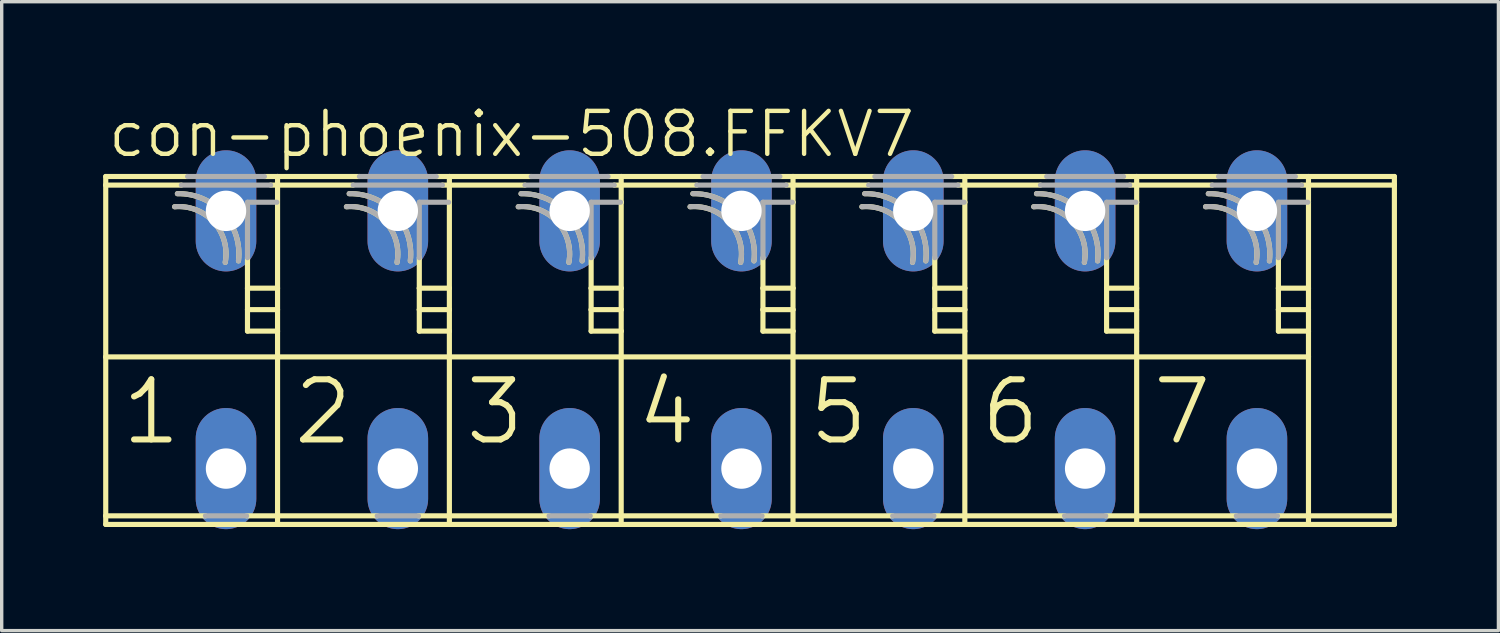
<source format=kicad_pcb>
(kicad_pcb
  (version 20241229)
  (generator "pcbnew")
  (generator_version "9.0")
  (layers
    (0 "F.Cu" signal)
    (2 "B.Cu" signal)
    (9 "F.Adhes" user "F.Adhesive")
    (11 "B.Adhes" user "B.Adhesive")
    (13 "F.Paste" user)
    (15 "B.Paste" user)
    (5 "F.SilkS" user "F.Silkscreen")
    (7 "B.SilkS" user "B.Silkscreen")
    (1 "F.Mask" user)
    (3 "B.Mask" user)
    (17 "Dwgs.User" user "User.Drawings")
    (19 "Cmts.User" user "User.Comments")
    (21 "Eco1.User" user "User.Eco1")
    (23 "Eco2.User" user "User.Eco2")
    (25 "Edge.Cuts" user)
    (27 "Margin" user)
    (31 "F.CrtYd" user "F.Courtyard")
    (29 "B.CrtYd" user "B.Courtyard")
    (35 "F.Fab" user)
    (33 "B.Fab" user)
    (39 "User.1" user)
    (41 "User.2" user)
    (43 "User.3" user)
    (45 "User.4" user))
  (footprint "con-phoenix-508.FFKV7"
    (layer "F.Cu")
    (at 18.872 6.994)
    (property "Reference" "con-phoenix-508.FFKV7" (at -18.796 -5.334 0) (layer "F.SilkS") (effects (font (size 1.27 1.27) (thickness 0.13)) (justify left bottom)))
    (attr through_hole)
    (fp_line (start -18.796 -4.572) (end -18.796 -4.826) (stroke (width 0.152) (type default)) (layer "F.SilkS"))
    (fp_line (start -18.796 -4.572) (end -16.56 -4.572) (stroke (width 0.152) (type default)) (layer "F.SilkS"))
    (fp_line (start -18.796 0.508) (end -18.796 -4.572) (stroke (width 0.152) (type default)) (layer "F.SilkS"))
    (fp_line (start -18.796 0.508) (end -13.716 0.508) (stroke (width 0.152) (type default)) (layer "F.SilkS"))
    (fp_line (start -18.796 5.207) (end -18.796 0.508) (stroke (width 0.152) (type default)) (layer "F.SilkS"))
    (fp_line (start -18.796 5.207) (end -15.849 5.207) (stroke (width 0.152) (type default)) (layer "F.SilkS"))
    (fp_line (start -18.796 5.461) (end -18.796 5.207) (stroke (width 0.152) (type default)) (layer "F.SilkS"))
    (fp_line (start -16.376 -4.826) (end -18.796 -4.826) (stroke (width 0.152) (type default)) (layer "F.SilkS"))
    (fp_line (start -14.631 5.207) (end -13.716 5.207) (stroke (width 0.152) (type default)) (layer "F.SilkS"))
    (fp_line (start -14.605 -1.524) (end -14.605 -2.425) (stroke (width 0.152) (type default)) (layer "F.SilkS"))
    (fp_line (start -14.605 -0.889) (end -14.605 -1.524) (stroke (width 0.152) (type default)) (layer "F.SilkS"))
    (fp_line (start -14.605 -0.254) (end -14.605 -0.889) (stroke (width 0.152) (type default)) (layer "F.SilkS"))
    (fp_line (start -13.92 -4.572) (end -13.716 -4.572) (stroke (width 0.152) (type default)) (layer "F.SilkS"))
    (fp_line (start -13.716 -4.826) (end -14.104 -4.826) (stroke (width 0.152) (type default)) (layer "F.SilkS"))
    (fp_line (start -13.716 -4.572) (end -13.716 -4.826) (stroke (width 0.152) (type default)) (layer "F.SilkS"))
    (fp_line (start -13.716 -4.572) (end -11.48 -4.572) (stroke (width 0.152) (type default)) (layer "F.SilkS"))
    (fp_line (start -13.716 -1.524) (end -14.605 -1.524) (stroke (width 0.152) (type default)) (layer "F.SilkS"))
    (fp_line (start -13.716 -0.889) (end -14.605 -0.889) (stroke (width 0.152) (type default)) (layer "F.SilkS"))
    (fp_line (start -13.716 -0.254) (end -14.605 -0.254) (stroke (width 0.152) (type default)) (layer "F.SilkS"))
    (fp_line (start -13.716 0.508) (end -13.716 -4.572) (stroke (width 0.152) (type default)) (layer "F.SilkS"))
    (fp_line (start -13.716 0.508) (end -8.636 0.508) (stroke (width 0.152) (type default)) (layer "F.SilkS"))
    (fp_line (start -13.716 5.207) (end -13.716 0.508) (stroke (width 0.152) (type default)) (layer "F.SilkS"))
    (fp_line (start -13.716 5.207) (end -10.769 5.207) (stroke (width 0.152) (type default)) (layer "F.SilkS"))
    (fp_line (start -13.716 5.461) (end -18.796 5.461) (stroke (width 0.152) (type default)) (layer "F.SilkS"))
    (fp_line (start -13.716 5.461) (end -13.716 5.207) (stroke (width 0.152) (type default)) (layer "F.SilkS"))
    (fp_line (start -11.296 -4.826) (end -13.716 -4.826) (stroke (width 0.152) (type default)) (layer "F.SilkS"))
    (fp_line (start -9.551 5.207) (end -8.636 5.207) (stroke (width 0.152) (type default)) (layer "F.SilkS"))
    (fp_line (start -9.525 -1.524) (end -9.525 -2.425) (stroke (width 0.152) (type default)) (layer "F.SilkS"))
    (fp_line (start -9.525 -0.889) (end -9.525 -1.524) (stroke (width 0.152) (type default)) (layer "F.SilkS"))
    (fp_line (start -9.525 -0.254) (end -9.525 -0.889) (stroke (width 0.152) (type default)) (layer "F.SilkS"))
    (fp_line (start -8.84 -4.572) (end -8.636 -4.572) (stroke (width 0.152) (type default)) (layer "F.SilkS"))
    (fp_line (start -8.636 -4.826) (end -9.024 -4.826) (stroke (width 0.152) (type default)) (layer "F.SilkS"))
    (fp_line (start -8.636 -4.572) (end -8.636 -4.826) (stroke (width 0.152) (type default)) (layer "F.SilkS"))
    (fp_line (start -8.636 -4.572) (end -6.4 -4.572) (stroke (width 0.152) (type default)) (layer "F.SilkS"))
    (fp_line (start -8.636 -1.524) (end -9.525 -1.524) (stroke (width 0.152) (type default)) (layer "F.SilkS"))
    (fp_line (start -8.636 -1.524) (end -8.636 -4.572) (stroke (width 0.152) (type default)) (layer "F.SilkS"))
    (fp_line (start -8.636 -0.889) (end -9.525 -0.889) (stroke (width 0.152) (type default)) (layer "F.SilkS"))
    (fp_line (start -8.636 -0.889) (end -8.636 -1.524) (stroke (width 0.152) (type default)) (layer "F.SilkS"))
    (fp_line (start -8.636 -0.254) (end -9.525 -0.254) (stroke (width 0.152) (type default)) (layer "F.SilkS"))
    (fp_line (start -8.636 -0.254) (end -8.636 -0.889) (stroke (width 0.152) (type default)) (layer "F.SilkS"))
    (fp_line (start -8.636 0.508) (end -8.636 -0.254) (stroke (width 0.152) (type default)) (layer "F.SilkS"))
    (fp_line (start -8.636 0.508) (end -3.556 0.508) (stroke (width 0.152) (type default)) (layer "F.SilkS"))
    (fp_line (start -8.636 5.207) (end -8.636 0.508) (stroke (width 0.152) (type default)) (layer "F.SilkS"))
    (fp_line (start -8.636 5.207) (end -5.689 5.207) (stroke (width 0.152) (type default)) (layer "F.SilkS"))
    (fp_line (start -8.636 5.461) (end -13.716 5.461) (stroke (width 0.152) (type default)) (layer "F.SilkS"))
    (fp_line (start -8.636 5.461) (end -8.636 5.207) (stroke (width 0.152) (type default)) (layer "F.SilkS"))
    (fp_line (start -6.216 -4.826) (end -8.636 -4.826) (stroke (width 0.152) (type default)) (layer "F.SilkS"))
    (fp_line (start -4.471 5.207) (end -3.556 5.207) (stroke (width 0.152) (type default)) (layer "F.SilkS"))
    (fp_line (start -4.445 -1.524) (end -4.445 -2.425) (stroke (width 0.152) (type default)) (layer "F.SilkS"))
    (fp_line (start -4.445 -0.889) (end -4.445 -1.524) (stroke (width 0.152) (type default)) (layer "F.SilkS"))
    (fp_line (start -4.445 -0.254) (end -4.445 -0.889) (stroke (width 0.152) (type default)) (layer "F.SilkS"))
    (fp_line (start -3.76 -4.572) (end -3.556 -4.572) (stroke (width 0.152) (type default)) (layer "F.SilkS"))
    (fp_line (start -3.577 -4.064) (end -3.556 -4.064) (stroke (width 0.152) (type default)) (layer "F.SilkS"))
    (fp_line (start -3.556 -4.826) (end -3.944 -4.826) (stroke (width 0.152) (type default)) (layer "F.SilkS"))
    (fp_line (start -3.556 -4.572) (end -3.556 -4.826) (stroke (width 0.152) (type default)) (layer "F.SilkS"))
    (fp_line (start -3.556 -4.572) (end -1.32 -4.572) (stroke (width 0.152) (type default)) (layer "F.SilkS"))
    (fp_line (start -3.556 -4.064) (end -3.556 -4.572) (stroke (width 0.152) (type default)) (layer "F.SilkS"))
    (fp_line (start -3.556 -1.524) (end -4.445 -1.524) (stroke (width 0.152) (type default)) (layer "F.SilkS"))
    (fp_line (start -3.556 -1.524) (end -3.556 -4.064) (stroke (width 0.152) (type default)) (layer "F.SilkS"))
    (fp_line (start -3.556 -0.889) (end -4.445 -0.889) (stroke (width 0.152) (type default)) (layer "F.SilkS"))
    (fp_line (start -3.556 -0.889) (end -3.556 -1.524) (stroke (width 0.152) (type default)) (layer "F.SilkS"))
    (fp_line (start -3.556 -0.254) (end -4.445 -0.254) (stroke (width 0.152) (type default)) (layer "F.SilkS"))
    (fp_line (start -3.556 -0.254) (end -3.556 -0.889) (stroke (width 0.152) (type default)) (layer "F.SilkS"))
    (fp_line (start -3.556 0.508) (end -3.556 -0.254) (stroke (width 0.152) (type default)) (layer "F.SilkS"))
    (fp_line (start -3.556 0.508) (end 1.524 0.508) (stroke (width 0.152) (type default)) (layer "F.SilkS"))
    (fp_line (start -3.556 5.207) (end -3.556 0.508) (stroke (width 0.152) (type default)) (layer "F.SilkS"))
    (fp_line (start -3.556 5.207) (end -0.609 5.207) (stroke (width 0.152) (type default)) (layer "F.SilkS"))
    (fp_line (start -3.556 5.461) (end -8.636 5.461) (stroke (width 0.152) (type default)) (layer "F.SilkS"))
    (fp_line (start -3.556 5.461) (end -3.556 5.207) (stroke (width 0.152) (type default)) (layer "F.SilkS"))
    (fp_line (start -1.136 -4.826) (end -3.556 -4.826) (stroke (width 0.152) (type default)) (layer "F.SilkS"))
    (fp_line (start 0.609 5.207) (end 1.524 5.207) (stroke (width 0.152) (type default)) (layer "F.SilkS"))
    (fp_line (start 0.635 -1.524) (end 0.635 -2.425) (stroke (width 0.152) (type default)) (layer "F.SilkS"))
    (fp_line (start 0.635 -0.889) (end 0.635 -1.524) (stroke (width 0.152) (type default)) (layer "F.SilkS"))
    (fp_line (start 0.635 -0.254) (end 0.635 -0.889) (stroke (width 0.152) (type default)) (layer "F.SilkS"))
    (fp_line (start 1.32 -4.572) (end 1.524 -4.572) (stroke (width 0.152) (type default)) (layer "F.SilkS"))
    (fp_line (start 1.503 -4.064) (end 1.524 -4.064) (stroke (width 0.152) (type default)) (layer "F.SilkS"))
    (fp_line (start 1.524 -4.826) (end 1.136 -4.826) (stroke (width 0.152) (type default)) (layer "F.SilkS"))
    (fp_line (start 1.524 -4.572) (end 1.524 -4.826) (stroke (width 0.152) (type default)) (layer "F.SilkS"))
    (fp_line (start 1.524 -4.572) (end 3.76 -4.572) (stroke (width 0.152) (type default)) (layer "F.SilkS"))
    (fp_line (start 1.524 -4.064) (end 1.524 -4.572) (stroke (width 0.152) (type default)) (layer "F.SilkS"))
    (fp_line (start 1.524 -1.524) (end 0.635 -1.524) (stroke (width 0.152) (type default)) (layer "F.SilkS"))
    (fp_line (start 1.524 -1.524) (end 1.524 -4.064) (stroke (width 0.152) (type default)) (layer "F.SilkS"))
    (fp_line (start 1.524 -0.889) (end 0.635 -0.889) (stroke (width 0.152) (type default)) (layer "F.SilkS"))
    (fp_line (start 1.524 -0.889) (end 1.524 -1.524) (stroke (width 0.152) (type default)) (layer "F.SilkS"))
    (fp_line (start 1.524 -0.254) (end 0.635 -0.254) (stroke (width 0.152) (type default)) (layer "F.SilkS"))
    (fp_line (start 1.524 -0.254) (end 1.524 -0.889) (stroke (width 0.152) (type default)) (layer "F.SilkS"))
    (fp_line (start 1.524 0.508) (end 1.524 -0.254) (stroke (width 0.152) (type default)) (layer "F.SilkS"))
    (fp_line (start 1.524 0.508) (end 6.604 0.508) (stroke (width 0.152) (type default)) (layer "F.SilkS"))
    (fp_line (start 1.524 5.207) (end 1.524 0.508) (stroke (width 0.152) (type default)) (layer "F.SilkS"))
    (fp_line (start 1.524 5.207) (end 4.471 5.207) (stroke (width 0.152) (type default)) (layer "F.SilkS"))
    (fp_line (start 1.524 5.461) (end -3.556 5.461) (stroke (width 0.152) (type default)) (layer "F.SilkS"))
    (fp_line (start 1.524 5.461) (end 1.524 5.207) (stroke (width 0.152) (type default)) (layer "F.SilkS"))
    (fp_line (start 3.944 -4.826) (end 1.524 -4.826) (stroke (width 0.152) (type default)) (layer "F.SilkS"))
    (fp_line (start 5.689 5.207) (end 6.604 5.207) (stroke (width 0.152) (type default)) (layer "F.SilkS"))
    (fp_line (start 5.715 -1.524) (end 5.715 -2.425) (stroke (width 0.152) (type default)) (layer "F.SilkS"))
    (fp_line (start 5.715 -0.889) (end 5.715 -1.524) (stroke (width 0.152) (type default)) (layer "F.SilkS"))
    (fp_line (start 5.715 -0.254) (end 5.715 -0.889) (stroke (width 0.152) (type default)) (layer "F.SilkS"))
    (fp_line (start 6.4 -4.572) (end 6.604 -4.572) (stroke (width 0.152) (type default)) (layer "F.SilkS"))
    (fp_line (start 6.583 -4.064) (end 6.604 -4.064) (stroke (width 0.152) (type default)) (layer "F.SilkS"))
    (fp_line (start 6.604 -4.826) (end 6.216 -4.826) (stroke (width 0.152) (type default)) (layer "F.SilkS"))
    (fp_line (start 6.604 -4.572) (end 6.604 -4.826) (stroke (width 0.152) (type default)) (layer "F.SilkS"))
    (fp_line (start 6.604 -4.572) (end 8.84 -4.572) (stroke (width 0.152) (type default)) (layer "F.SilkS"))
    (fp_line (start 6.604 -4.064) (end 6.604 -4.572) (stroke (width 0.152) (type default)) (layer "F.SilkS"))
    (fp_line (start 6.604 -1.524) (end 5.715 -1.524) (stroke (width 0.152) (type default)) (layer "F.SilkS"))
    (fp_line (start 6.604 -1.524) (end 6.604 -4.064) (stroke (width 0.152) (type default)) (layer "F.SilkS"))
    (fp_line (start 6.604 -0.889) (end 5.715 -0.889) (stroke (width 0.152) (type default)) (layer "F.SilkS"))
    (fp_line (start 6.604 -0.889) (end 6.604 -1.524) (stroke (width 0.152) (type default)) (layer "F.SilkS"))
    (fp_line (start 6.604 -0.254) (end 5.715 -0.254) (stroke (width 0.152) (type default)) (layer "F.SilkS"))
    (fp_line (start 6.604 -0.254) (end 6.604 -0.889) (stroke (width 0.152) (type default)) (layer "F.SilkS"))
    (fp_line (start 6.604 0.508) (end 6.604 -0.254) (stroke (width 0.152) (type default)) (layer "F.SilkS"))
    (fp_line (start 6.604 0.508) (end 11.684 0.508) (stroke (width 0.152) (type default)) (layer "F.SilkS"))
    (fp_line (start 6.604 5.207) (end 6.604 0.508) (stroke (width 0.152) (type default)) (layer "F.SilkS"))
    (fp_line (start 6.604 5.207) (end 9.551 5.207) (stroke (width 0.152) (type default)) (layer "F.SilkS"))
    (fp_line (start 6.604 5.461) (end 1.524 5.461) (stroke (width 0.152) (type default)) (layer "F.SilkS"))
    (fp_line (start 6.604 5.461) (end 6.604 5.207) (stroke (width 0.152) (type default)) (layer "F.SilkS"))
    (fp_line (start 9.024 -4.826) (end 6.604 -4.826) (stroke (width 0.152) (type default)) (layer "F.SilkS"))
    (fp_line (start 10.769 5.207) (end 11.684 5.207) (stroke (width 0.152) (type default)) (layer "F.SilkS"))
    (fp_line (start 10.795 -1.524) (end 10.795 -2.425) (stroke (width 0.152) (type default)) (layer "F.SilkS"))
    (fp_line (start 10.795 -0.889) (end 10.795 -1.524) (stroke (width 0.152) (type default)) (layer "F.SilkS"))
    (fp_line (start 10.795 -0.254) (end 10.795 -0.889) (stroke (width 0.152) (type default)) (layer "F.SilkS"))
    (fp_line (start 11.48 -4.572) (end 11.684 -4.572) (stroke (width 0.152) (type default)) (layer "F.SilkS"))
    (fp_line (start 11.663 -4.064) (end 11.684 -4.064) (stroke (width 0.152) (type default)) (layer "F.SilkS"))
    (fp_line (start 11.684 -4.826) (end 11.296 -4.826) (stroke (width 0.152) (type default)) (layer "F.SilkS"))
    (fp_line (start 11.684 -4.572) (end 11.684 -4.826) (stroke (width 0.152) (type default)) (layer "F.SilkS"))
    (fp_line (start 11.684 -4.572) (end 13.92 -4.572) (stroke (width 0.152) (type default)) (layer "F.SilkS"))
    (fp_line (start 11.684 -4.064) (end 11.684 -4.572) (stroke (width 0.152) (type default)) (layer "F.SilkS"))
    (fp_line (start 11.684 -1.524) (end 10.795 -1.524) (stroke (width 0.152) (type default)) (layer "F.SilkS"))
    (fp_line (start 11.684 -0.889) (end 10.795 -0.889) (stroke (width 0.152) (type default)) (layer "F.SilkS"))
    (fp_line (start 11.684 -0.254) (end 10.795 -0.254) (stroke (width 0.152) (type default)) (layer "F.SilkS"))
    (fp_line (start 11.684 0.508) (end 11.684 -4.064) (stroke (width 0.152) (type default)) (layer "F.SilkS"))
    (fp_line (start 11.684 0.508) (end 16.764 0.508) (stroke (width 0.152) (type default)) (layer "F.SilkS"))
    (fp_line (start 11.684 5.207) (end 11.684 0.508) (stroke (width 0.152) (type default)) (layer "F.SilkS"))
    (fp_line (start 11.684 5.207) (end 14.631 5.207) (stroke (width 0.152) (type default)) (layer "F.SilkS"))
    (fp_line (start 11.684 5.461) (end 6.604 5.461) (stroke (width 0.152) (type default)) (layer "F.SilkS"))
    (fp_line (start 11.684 5.461) (end 11.684 5.207) (stroke (width 0.152) (type default)) (layer "F.SilkS"))
    (fp_line (start 14.104 -4.826) (end 11.684 -4.826) (stroke (width 0.152) (type default)) (layer "F.SilkS"))
    (fp_line (start 15.875 -1.524) (end 15.875 -2.425) (stroke (width 0.152) (type default)) (layer "F.SilkS"))
    (fp_line (start 15.875 -0.889) (end 15.875 -1.524) (stroke (width 0.152) (type default)) (layer "F.SilkS"))
    (fp_line (start 15.875 -0.254) (end 15.875 -0.889) (stroke (width 0.152) (type default)) (layer "F.SilkS"))
    (fp_line (start 16.743 -4.064) (end 16.764 -4.064) (stroke (width 0.152) (type default)) (layer "F.SilkS"))
    (fp_line (start 16.764 -4.064) (end 16.764 -4.826) (stroke (width 0.152) (type default)) (layer "F.SilkS"))
    (fp_line (start 16.764 -1.524) (end 15.875 -1.524) (stroke (width 0.152) (type default)) (layer "F.SilkS"))
    (fp_line (start 16.764 -1.524) (end 16.764 -4.064) (stroke (width 0.152) (type default)) (layer "F.SilkS"))
    (fp_line (start 16.764 -0.889) (end 15.875 -0.889) (stroke (width 0.152) (type default)) (layer "F.SilkS"))
    (fp_line (start 16.764 -0.889) (end 16.764 -1.524) (stroke (width 0.152) (type default)) (layer "F.SilkS"))
    (fp_line (start 16.764 -0.254) (end 15.875 -0.254) (stroke (width 0.152) (type default)) (layer "F.SilkS"))
    (fp_line (start 16.764 -0.254) (end 16.764 -0.889) (stroke (width 0.152) (type default)) (layer "F.SilkS"))
    (fp_line (start 16.764 0.508) (end 16.764 -0.254) (stroke (width 0.152) (type default)) (layer "F.SilkS"))
    (fp_line (start 16.764 5.461) (end 16.764 0.508) (stroke (width 0.152) (type default)) (layer "F.SilkS"))
    (fp_line (start 19.304 -4.826) (end 16.376 -4.826) (stroke (width 0.152) (type default)) (layer "F.SilkS"))
    (fp_line (start 19.304 -4.572) (end 16.56 -4.572) (stroke (width 0.152) (type default)) (layer "F.SilkS"))
    (fp_line (start 19.304 -4.572) (end 19.304 -4.826) (stroke (width 0.152) (type default)) (layer "F.SilkS"))
    (fp_line (start 19.304 5.207) (end 15.849 5.207) (stroke (width 0.152) (type default)) (layer "F.SilkS"))
    (fp_line (start 19.304 5.207) (end 19.304 -4.572) (stroke (width 0.152) (type default)) (layer "F.SilkS"))
    (fp_line (start 19.304 5.461) (end 11.684 5.461) (stroke (width 0.152) (type default)) (layer "F.SilkS"))
    (fp_line (start 19.304 5.461) (end 19.304 5.207) (stroke (width 0.152) (type default)) (layer "F.SilkS"))
    (fp_arc (start -16.7592 -3.9317) (mid -15.603175 -3.479821) (end -15.2628 -2.2862) (stroke (width 0.1524) (type default)) (layer "F.SilkS"))
    (fp_arc (start -16.6769 -4.3175) (mid -15.321183 -3.735951) (end -14.8708 -2.3312) (stroke (width 0.1524) (type default)) (layer "F.SilkS"))
    (fp_arc (start -11.6792 -3.9317) (mid -10.523175 -3.479821) (end -10.1828 -2.2862) (stroke (width 0.1524) (type default)) (layer "F.SilkS"))
    (fp_arc (start -11.5969 -4.3175) (mid -10.241183 -3.735951) (end -9.7908 -2.3312) (stroke (width 0.1524) (type default)) (layer "F.SilkS"))
    (fp_arc (start -6.5992 -3.9317) (mid -5.443175 -3.479821) (end -5.1028 -2.2862) (stroke (width 0.1524) (type default)) (layer "F.SilkS"))
    (fp_arc (start -6.5169 -4.3175) (mid -5.161183 -3.735951) (end -4.7108 -2.3312) (stroke (width 0.1524) (type default)) (layer "F.SilkS"))
    (fp_arc (start -1.5192 -3.9317) (mid -0.363175 -3.479821) (end -0.0228 -2.2862) (stroke (width 0.1524) (type default)) (layer "F.SilkS"))
    (fp_arc (start -1.4369 -4.3175) (mid -0.081183 -3.735951) (end 0.3692 -2.3312) (stroke (width 0.1524) (type default)) (layer "F.SilkS"))
    (fp_arc (start 3.5608 -3.9317) (mid 4.716825 -3.479821) (end 5.0572 -2.2862) (stroke (width 0.1524) (type default)) (layer "F.SilkS"))
    (fp_arc (start 3.6431 -4.3175) (mid 4.998817 -3.735951) (end 5.4492 -2.3312) (stroke (width 0.1524) (type default)) (layer "F.SilkS"))
    (fp_arc (start 8.6408 -3.9317) (mid 9.796825 -3.479821) (end 10.1372 -2.2862) (stroke (width 0.1524) (type default)) (layer "F.SilkS"))
    (fp_arc (start 8.7231 -4.3175) (mid 10.078817 -3.735951) (end 10.5292 -2.3312) (stroke (width 0.1524) (type default)) (layer "F.SilkS"))
    (fp_arc (start 13.7208 -3.9317) (mid 14.876825 -3.479821) (end 15.2172 -2.2862) (stroke (width 0.1524) (type default)) (layer "F.SilkS"))
    (fp_arc (start 13.8031 -4.3175) (mid 15.158817 -3.735951) (end 15.6092 -2.3312) (stroke (width 0.1524) (type default)) (layer "F.SilkS"))
    (fp_line (start -16.56 -4.572) (end -13.92 -4.572) (stroke (width 0.152) (type default)) (layer "F.Fab"))
    (fp_line (start -15.849 5.207) (end -14.631 5.207) (stroke (width 0.152) (type default)) (layer "F.Fab"))
    (fp_line (start -14.605 -4.064) (end -13.737 -4.064) (stroke (width 0.152) (type default)) (layer "F.Fab"))
    (fp_line (start -14.605 -2.425) (end -14.605 -4.064) (stroke (width 0.152) (type default)) (layer "F.Fab"))
    (fp_line (start -14.104 -4.826) (end -16.376 -4.826) (stroke (width 0.152) (type default)) (layer "F.Fab"))
    (fp_line (start -11.48 -4.572) (end -8.84 -4.572) (stroke (width 0.152) (type default)) (layer "F.Fab"))
    (fp_line (start -10.769 5.207) (end -9.551 5.207) (stroke (width 0.152) (type default)) (layer "F.Fab"))
    (fp_line (start -9.525 -4.064) (end -8.657 -4.064) (stroke (width 0.152) (type default)) (layer "F.Fab"))
    (fp_line (start -9.525 -2.425) (end -9.525 -4.064) (stroke (width 0.152) (type default)) (layer "F.Fab"))
    (fp_line (start -9.024 -4.826) (end -11.296 -4.826) (stroke (width 0.152) (type default)) (layer "F.Fab"))
    (fp_line (start -6.4 -4.572) (end -3.76 -4.572) (stroke (width 0.152) (type default)) (layer "F.Fab"))
    (fp_line (start -5.689 5.207) (end -4.471 5.207) (stroke (width 0.152) (type default)) (layer "F.Fab"))
    (fp_line (start -4.445 -4.064) (end -3.577 -4.064) (stroke (width 0.152) (type default)) (layer "F.Fab"))
    (fp_line (start -4.445 -2.425) (end -4.445 -4.064) (stroke (width 0.152) (type default)) (layer "F.Fab"))
    (fp_line (start -3.944 -4.826) (end -6.216 -4.826) (stroke (width 0.152) (type default)) (layer "F.Fab"))
    (fp_line (start -1.32 -4.572) (end 1.32 -4.572) (stroke (width 0.152) (type default)) (layer "F.Fab"))
    (fp_line (start -0.609 5.207) (end 0.609 5.207) (stroke (width 0.152) (type default)) (layer "F.Fab"))
    (fp_line (start 0.635 -4.064) (end 1.503 -4.064) (stroke (width 0.152) (type default)) (layer "F.Fab"))
    (fp_line (start 0.635 -2.425) (end 0.635 -4.064) (stroke (width 0.152) (type default)) (layer "F.Fab"))
    (fp_line (start 1.136 -4.826) (end -1.136 -4.826) (stroke (width 0.152) (type default)) (layer "F.Fab"))
    (fp_line (start 3.76 -4.572) (end 6.4 -4.572) (stroke (width 0.152) (type default)) (layer "F.Fab"))
    (fp_line (start 4.471 5.207) (end 5.689 5.207) (stroke (width 0.152) (type default)) (layer "F.Fab"))
    (fp_line (start 5.715 -4.064) (end 6.583 -4.064) (stroke (width 0.152) (type default)) (layer "F.Fab"))
    (fp_line (start 5.715 -2.425) (end 5.715 -4.064) (stroke (width 0.152) (type default)) (layer "F.Fab"))
    (fp_line (start 6.216 -4.826) (end 3.944 -4.826) (stroke (width 0.152) (type default)) (layer "F.Fab"))
    (fp_line (start 8.84 -4.572) (end 11.48 -4.572) (stroke (width 0.152) (type default)) (layer "F.Fab"))
    (fp_line (start 9.551 5.207) (end 10.769 5.207) (stroke (width 0.152) (type default)) (layer "F.Fab"))
    (fp_line (start 10.795 -4.064) (end 11.663 -4.064) (stroke (width 0.152) (type default)) (layer "F.Fab"))
    (fp_line (start 10.795 -2.425) (end 10.795 -4.064) (stroke (width 0.152) (type default)) (layer "F.Fab"))
    (fp_line (start 11.296 -4.826) (end 9.024 -4.826) (stroke (width 0.152) (type default)) (layer "F.Fab"))
    (fp_line (start 13.92 -4.572) (end 16.56 -4.572) (stroke (width 0.152) (type default)) (layer "F.Fab"))
    (fp_line (start 14.631 5.207) (end 15.849 5.207) (stroke (width 0.152) (type default)) (layer "F.Fab"))
    (fp_line (start 15.875 -4.064) (end 16.743 -4.064) (stroke (width 0.152) (type default)) (layer "F.Fab"))
    (fp_line (start 15.875 -2.425) (end 15.875 -4.064) (stroke (width 0.152) (type default)) (layer "F.Fab"))
    (fp_line (start 16.376 -4.826) (end 14.104 -4.826) (stroke (width 0.152) (type default)) (layer "F.Fab"))
    (fp_arc (start -16.7592 -3.9317) (mid -15.603306 -3.479837) (end -15.2631 -2.2863) (stroke (width 0.1524) (type default)) (layer "F.Fab"))
    (fp_arc (start -16.6769 -4.3175) (mid -15.321248 -3.735936) (end -14.871 -2.3312) (stroke (width 0.1524) (type default)) (layer "F.Fab"))
    (fp_arc (start -11.6792 -3.9317) (mid -10.523306 -3.479837) (end -10.1831 -2.2863) (stroke (width 0.1524) (type default)) (layer "F.Fab"))
    (fp_arc (start -11.5969 -4.3175) (mid -10.241248 -3.735936) (end -9.791 -2.3312) (stroke (width 0.1524) (type default)) (layer "F.Fab"))
    (fp_arc (start -6.5992 -3.9317) (mid -5.443306 -3.479837) (end -5.1031 -2.2863) (stroke (width 0.1524) (type default)) (layer "F.Fab"))
    (fp_arc (start -6.5169 -4.3175) (mid -5.161248 -3.735936) (end -4.711 -2.3312) (stroke (width 0.1524) (type default)) (layer "F.Fab"))
    (fp_arc (start -1.5192 -3.9317) (mid -0.363306 -3.479837) (end -0.0231 -2.2863) (stroke (width 0.1524) (type default)) (layer "F.Fab"))
    (fp_arc (start -1.4369 -4.3175) (mid -0.081248 -3.735936) (end 0.369 -2.3312) (stroke (width 0.1524) (type default)) (layer "F.Fab"))
    (fp_arc (start 3.5608 -3.9317) (mid 4.716694 -3.479837) (end 5.0569 -2.2863) (stroke (width 0.1524) (type default)) (layer "F.Fab"))
    (fp_arc (start 3.6431 -4.3175) (mid 4.998752 -3.735936) (end 5.449 -2.3312) (stroke (width 0.1524) (type default)) (layer "F.Fab"))
    (fp_arc (start 8.6408 -3.9317) (mid 9.796694 -3.479837) (end 10.1369 -2.2863) (stroke (width 0.1524) (type default)) (layer "F.Fab"))
    (fp_arc (start 8.7231 -4.3175) (mid 10.078752 -3.735936) (end 10.529 -2.3312) (stroke (width 0.1524) (type default)) (layer "F.Fab"))
    (fp_arc (start 13.7208 -3.9317) (mid 14.876694 -3.479837) (end 15.2169 -2.2863) (stroke (width 0.1524) (type default)) (layer "F.Fab"))
    (fp_arc (start 13.8031 -4.3175) (mid 15.158752 -3.735936) (end 15.609 -2.3312) (stroke (width 0.1524) (type default)) (layer "F.Fab"))
    (fp_text user "1" (at -18.415 3.175 0) (layer "F.SilkS") (effects (font (size 1.778 1.778) (thickness 0.18)) (justify left bottom)))
    (fp_text user "7" (at 12.065 3.175 0) (layer "F.SilkS") (effects (font (size 1.778 1.778) (thickness 0.18)) (justify left bottom)))
    (fp_text user "3" (at -8.255 3.175 0) (layer "F.SilkS") (effects (font (size 1.778 1.778) (thickness 0.18)) (justify left bottom)))
    (fp_text user "5" (at 1.905 3.175 0) (layer "F.SilkS") (effects (font (size 1.778 1.778) (thickness 0.18)) (justify left bottom)))
    (fp_text user "6" (at 6.985 3.175 0) (layer "F.SilkS") (effects (font (size 1.778 1.778) (thickness 0.18)) (justify left bottom)))
    (fp_text user "2" (at -13.335 3.175 0) (layer "F.SilkS") (effects (font (size 1.778 1.778) (thickness 0.18)) (justify left bottom)))
    (fp_text user "4" (at -3.175 3.175 0) (layer "F.SilkS") (effects (font (size 1.778 1.778) (thickness 0.18)) (justify left bottom)))
    (pad "1" thru_hole oval (at -15.24 3.81 90) (size 3.581 1.791) (drill 1.194) (layers "*.Cu" "*.Mask"))
    (pad "1A" thru_hole oval (at -15.24 -3.81 90) (size 3.581 1.791) (drill 1.194) (layers "*.Cu" "*.Mask"))
    (pad "2" thru_hole oval (at -10.16 3.81 90) (size 3.581 1.791) (drill 1.194) (layers "*.Cu" "*.Mask"))
    (pad "2A" thru_hole oval (at -10.16 -3.81 90) (size 3.581 1.791) (drill 1.194) (layers "*.Cu" "*.Mask"))
    (pad "3" thru_hole oval (at -5.08 3.81 90) (size 3.581 1.791) (drill 1.194) (layers "*.Cu" "*.Mask"))
    (pad "3A" thru_hole oval (at -5.08 -3.81 90) (size 3.581 1.791) (drill 1.194) (layers "*.Cu" "*.Mask"))
    (pad "4" thru_hole oval (at 0 3.81 90) (size 3.581 1.791) (drill 1.194) (layers "*.Cu" "*.Mask"))
    (pad "4A" thru_hole oval (at 0 -3.81 90) (size 3.581 1.791) (drill 1.194) (layers "*.Cu" "*.Mask"))
    (pad "5" thru_hole oval (at 5.08 3.81 90) (size 3.581 1.791) (drill 1.194) (layers "*.Cu" "*.Mask"))
    (pad "5A" thru_hole oval (at 5.08 -3.81 90) (size 3.581 1.791) (drill 1.194) (layers "*.Cu" "*.Mask"))
    (pad "6" thru_hole oval (at 10.16 3.81 90) (size 3.581 1.791) (drill 1.194) (layers "*.Cu" "*.Mask"))
    (pad "6A" thru_hole oval (at 10.16 -3.81 90) (size 3.581 1.791) (drill 1.194) (layers "*.Cu" "*.Mask"))
    (pad "7" thru_hole oval (at 15.24 3.81 90) (size 3.581 1.791) (drill 1.194) (layers "*.Cu" "*.Mask"))
    (pad "7A" thru_hole oval (at 15.24 -3.81 90) (size 3.581 1.791) (drill 1.194) (layers "*.Cu" "*.Mask")))
  (gr_rect
    (start -3 -3)
    (end 41.252 15.595)
    (stroke (width 0.1) (type default))
    (fill no)
    (layer "Edge.Cuts")))
</source>
